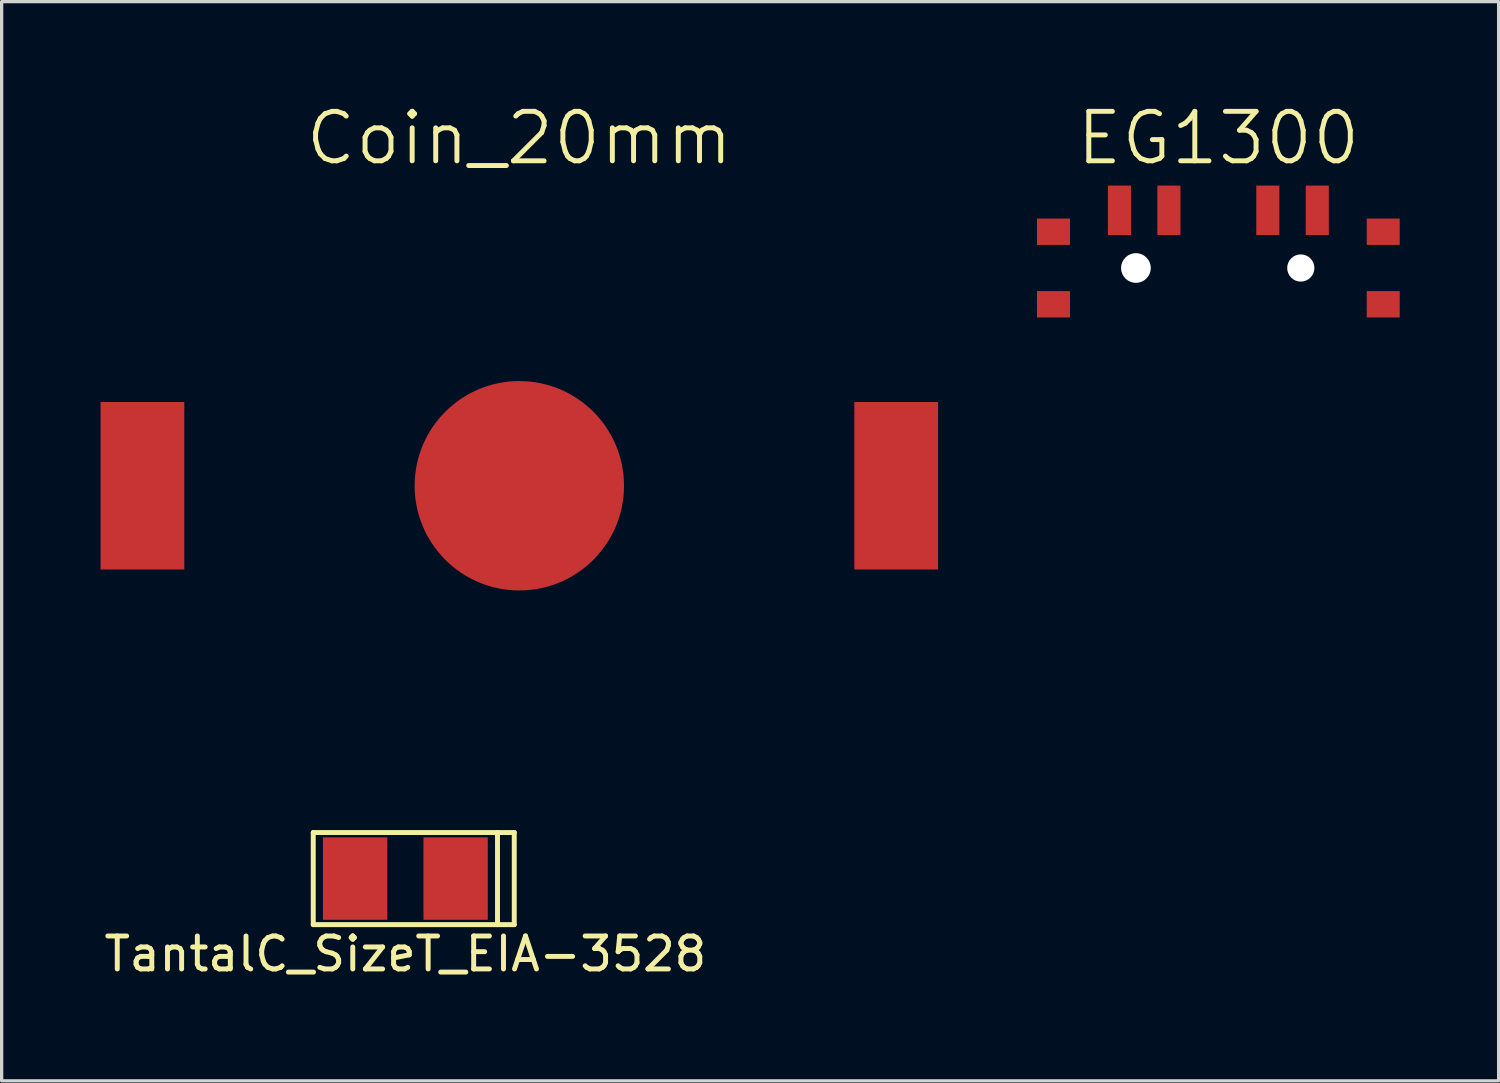
<source format=kicad_pcb>
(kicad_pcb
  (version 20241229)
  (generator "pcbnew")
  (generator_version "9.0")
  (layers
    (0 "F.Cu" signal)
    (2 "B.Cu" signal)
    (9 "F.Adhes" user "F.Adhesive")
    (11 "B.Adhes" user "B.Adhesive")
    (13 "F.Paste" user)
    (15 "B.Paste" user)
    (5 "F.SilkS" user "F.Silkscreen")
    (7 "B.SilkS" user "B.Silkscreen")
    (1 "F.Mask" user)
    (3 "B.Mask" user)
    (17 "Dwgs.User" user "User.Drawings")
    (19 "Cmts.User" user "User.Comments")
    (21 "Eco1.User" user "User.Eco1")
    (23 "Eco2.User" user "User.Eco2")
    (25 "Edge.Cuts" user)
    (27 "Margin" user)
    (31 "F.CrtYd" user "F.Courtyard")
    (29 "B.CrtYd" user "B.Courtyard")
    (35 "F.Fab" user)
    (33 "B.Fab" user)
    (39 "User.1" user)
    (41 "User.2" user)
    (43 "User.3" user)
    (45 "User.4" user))
  (footprint "Coin_20mm"
    (layer "F.Cu")
    (at 12.7 11.682)
    (property "Reference" "Coin_20mm" (at 0 -10.541 0) (layer "F.SilkS") (effects (font (size 1.5 1.5) (thickness 0.15))))
    (attr through_hole)
    (fp_line (start -10.541 -5.08) (end -8.255 -7.366) (stroke (width 0.15) (type solid)) (layer "Margin"))
    (fp_line (start -10.541 0) (end -10.541 -5.08) (stroke (width 0.15) (type solid)) (layer "Margin"))
    (fp_line (start -10.541 0) (end -10.541 4.445) (stroke (width 0.15) (type solid)) (layer "Margin"))
    (fp_line (start -10.541 4.445) (end -6.604 7.366) (stroke (width 0.15) (type solid)) (layer "Margin"))
    (fp_line (start -8.255 -7.366) (end 8.255 -7.366) (stroke (width 0.15) (type solid)) (layer "Margin"))
    (fp_line (start 8.255 -7.366) (end 10.541 -5.08) (stroke (width 0.15) (type solid)) (layer "Margin"))
    (fp_line (start 10.541 -5.08) (end 10.541 0) (stroke (width 0.15) (type solid)) (layer "Margin"))
    (fp_line (start 10.541 0) (end 10.541 4.445) (stroke (width 0.15) (type solid)) (layer "Margin"))
    (fp_line (start 10.541 4.445) (end 6.604 7.366) (stroke (width 0.15) (type solid)) (layer "Margin"))
    (fp_arc (start -6.604 7.366) (mid 0 4.630534) (end 6.604 7.366) (stroke (width 0.15) (type solid)) (layer "Margin"))
    (pad "1" smd rect (at -11.43 0) (size 2.54 5.08) (layers "F.Cu" "F.Mask"))
    (pad "1" smd rect (at 11.43 0) (size 2.54 5.08) (layers "F.Cu" "F.Mask"))
    (pad "2" smd circle (at 0 0) (size 6.35 6.35) (layers "F.Cu" "F.Mask")))
  (footprint "EG1300"
    (layer "F.Cu")
    (at 33.9 5.078)
    (property "Reference" "EG1300" (at 0 -3.937 0) (layer "F.SilkS") (effects (font (size 1.5 1.5) (thickness 0.15))))
    (attr through_hole)
    (fp_line (start -4.85 -1.3) (end -4.85 1.3) (stroke (width 0.15) (type solid)) (layer "Margin"))
    (fp_line (start -4.85 1.3) (end 4.85 1.3) (stroke (width 0.15) (type solid)) (layer "Margin"))
    (fp_line (start -0.75 1.3) (end -0.75 2.75) (stroke (width 0.15) (type solid)) (layer "Margin"))
    (fp_line (start -0.75 2.75) (end -0.7 2.8) (stroke (width 0.15) (type solid)) (layer "Margin"))
    (fp_line (start -0.7 2.8) (end 0.7 2.8) (stroke (width 0.15) (type solid)) (layer "Margin"))
    (fp_line (start 0.7 2.8) (end 0.75 2.75) (stroke (width 0.15) (type solid)) (layer "Margin"))
    (fp_line (start 0.75 2.75) (end 0.75 1.3) (stroke (width 0.15) (type solid)) (layer "Margin"))
    (fp_line (start 4.85 -1.3) (end -4.85 -1.3) (stroke (width 0.15) (type solid)) (layer "Margin"))
    (fp_line (start 4.85 1.3) (end 4.85 -1.3) (stroke (width 0.15) (type solid)) (layer "Margin"))
    (pad "" smd rect (at -5 -1.1) (size 1 0.8) (layers "F.Cu" "F.Mask" "F.Paste"))
    (pad "" smd rect (at -5 1.1) (size 1 0.8) (layers "F.Cu" "F.Mask" "F.Paste"))
    (pad "" np_thru_hole circle (at -2.5 0) (size 0.9 0.9) (drill 0.9) (layers "*.Cu"))
    (pad "" np_thru_hole circle (at 2.5 0) (size 0.825 0.825) (drill 0.825) (layers "*.Cu"))
    (pad "" smd rect (at 5 -1.1) (size 1 0.8) (layers "F.Cu" "F.Mask" "F.Paste"))
    (pad "" smd rect (at 5 1.1) (size 1 0.8) (layers "F.Cu" "F.Mask" "F.Paste"))
    (pad "1" smd rect (at -1.5 -1.75) (size 0.7 1.5) (layers "F.Cu" "F.Mask" "F.Paste"))
    (pad "2" smd rect (at 3 -1.75) (size 0.7 1.5) (layers "F.Cu" "F.Mask" "F.Paste"))
    (pad "3" smd rect (at 1.5 -1.75) (size 0.7 1.5) (layers "F.Cu" "F.Mask" "F.Paste"))
    (pad "4" smd rect (at -3 -1.75) (size 0.7 1.5) (layers "F.Cu" "F.Mask" "F.Paste")))
  (footprint "TantalC_SizeT_EIA-3528"
    (layer "F.Cu")
    (at 9.244 23.595)
    (property "Reference" "TantalC_SizeT_EIA-3528" (at 0 2.286 0) (layer "F.SilkS") (effects (font (size 1 1) (thickness 0.15))))
    (attr through_hole)
    (fp_line (start -2.794 -1.397) (end -2.794 1.397) (stroke (width 0.15) (type solid)) (layer "F.SilkS"))
    (fp_line (start -2.794 1.397) (end 3.302 1.397) (stroke (width 0.15) (type solid)) (layer "F.SilkS"))
    (fp_line (start 2.794 -1.397) (end 2.794 1.397) (stroke (width 0.15) (type solid)) (layer "F.SilkS"))
    (fp_line (start 3.302 -1.397) (end -2.794 -1.397) (stroke (width 0.15) (type solid)) (layer "F.SilkS"))
    (fp_line (start 3.302 1.397) (end 3.302 -1.397) (stroke (width 0.15) (type solid)) (layer "F.SilkS"))
    (pad "1" smd rect (at 1.524 0) (size 1.951 2.499) (layers "F.Cu" "F.Mask" "F.Paste"))
    (pad "2" smd rect (at -1.524 0) (size 1.951 2.499) (layers "F.Cu" "F.Mask" "F.Paste")))
  (gr_rect
    (start -3 -3)
    (end 42.4 29.729)
    (stroke (width 0.1) (type default))
    (fill no)
    (layer "Edge.Cuts")))
</source>
